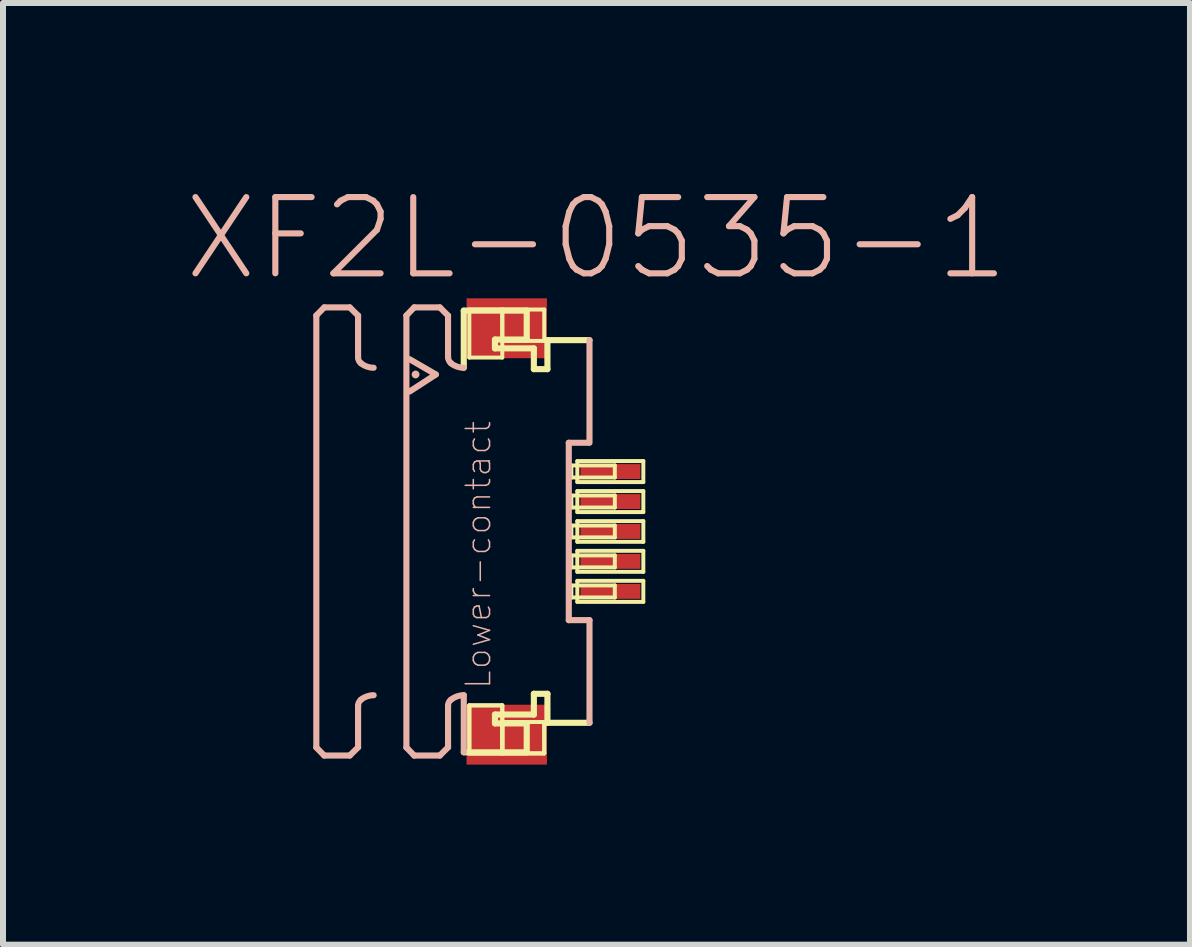
<source format=kicad_pcb>
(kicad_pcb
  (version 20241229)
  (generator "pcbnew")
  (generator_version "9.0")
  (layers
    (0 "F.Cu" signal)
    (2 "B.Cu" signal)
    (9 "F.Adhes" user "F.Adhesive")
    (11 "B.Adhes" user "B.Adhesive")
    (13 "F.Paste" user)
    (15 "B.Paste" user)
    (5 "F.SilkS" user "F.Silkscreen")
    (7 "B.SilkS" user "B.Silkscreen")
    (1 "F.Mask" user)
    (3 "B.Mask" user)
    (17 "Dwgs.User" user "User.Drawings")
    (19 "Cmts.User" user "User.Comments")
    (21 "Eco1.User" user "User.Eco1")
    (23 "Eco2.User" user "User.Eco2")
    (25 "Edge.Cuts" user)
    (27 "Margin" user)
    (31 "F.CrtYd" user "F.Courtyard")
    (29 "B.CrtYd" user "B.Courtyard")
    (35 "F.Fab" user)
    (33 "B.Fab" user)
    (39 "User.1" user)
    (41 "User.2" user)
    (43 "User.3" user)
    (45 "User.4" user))
  (footprint "XF2L-0535-1"
    (layer "F.Cu")
    (at 5.216 5.806)
    (property "Reference" "XF2L-0535-1" (at 1.674 -4.884 0) (layer "B.SilkS") (effects (font (size 1.27 1.27) (thickness 0.102))))
    (attr smd)
    (fp_line (start -0.538 -3.68) (end 0.511 -3.68) (stroke (width 0.102) (type solid)) (layer "F.SilkS"))
    (fp_line (start -0.538 -2.728) (end -0.538 -3.68) (stroke (width 0.102) (type solid)) (layer "F.SilkS"))
    (fp_line (start -0.538 3.68) (end 0.511 3.68) (stroke (width 0.102) (type solid)) (layer "F.SilkS"))
    (fp_line (start -0.445 -3.698) (end 0.104 -3.698) (stroke (width 0.066) (type solid)) (layer "F.SilkS"))
    (fp_line (start -0.445 -2.898) (end -0.445 -3.698) (stroke (width 0.066) (type solid)) (layer "F.SilkS"))
    (fp_line (start -0.445 -2.898) (end 0.104 -2.898) (stroke (width 0.066) (type solid)) (layer "F.SilkS"))
    (fp_line (start -0.445 2.898) (end 0.104 2.898) (stroke (width 0.066) (type solid)) (layer "F.SilkS"))
    (fp_line (start -0.445 2.898) (end 0.104 2.898) (stroke (width 0.066) (type solid)) (layer "F.SilkS"))
    (fp_line (start -0.445 3.698) (end -0.445 2.898) (stroke (width 0.066) (type solid)) (layer "F.SilkS"))
    (fp_line (start -0.445 3.698) (end -0.445 2.898) (stroke (width 0.066) (type solid)) (layer "F.SilkS"))
    (fp_line (start -0.445 3.698) (end 0.104 3.698) (stroke (width 0.066) (type solid)) (layer "F.SilkS"))
    (fp_line (start -0.445 3.698) (end 0.104 3.698) (stroke (width 0.066) (type solid)) (layer "F.SilkS"))
    (fp_line (start -0.018 -3.198) (end -0.018 -3.051) (stroke (width 0.102) (type solid)) (layer "F.SilkS"))
    (fp_line (start -0.018 -3.051) (end 0.63 -3.051) (stroke (width 0.102) (type solid)) (layer "F.SilkS"))
    (fp_line (start -0.018 3.051) (end 0.63 3.051) (stroke (width 0.102) (type solid)) (layer "F.SilkS"))
    (fp_line (start -0.018 3.198) (end -0.018 3.051) (stroke (width 0.102) (type solid)) (layer "F.SilkS"))
    (fp_line (start 0.104 -3.698) (end 0.803 -3.698) (stroke (width 0.066) (type solid)) (layer "F.SilkS"))
    (fp_line (start 0.104 -3.175) (end 0.104 -3.698) (stroke (width 0.066) (type solid)) (layer "F.SilkS"))
    (fp_line (start 0.104 -3.175) (end 0.803 -3.175) (stroke (width 0.066) (type solid)) (layer "F.SilkS"))
    (fp_line (start 0.104 -2.898) (end 0.104 -3.698) (stroke (width 0.066) (type solid)) (layer "F.SilkS"))
    (fp_line (start 0.104 3.175) (end 0.803 3.175) (stroke (width 0.066) (type solid)) (layer "F.SilkS"))
    (fp_line (start 0.104 3.175) (end 0.803 3.175) (stroke (width 0.066) (type solid)) (layer "F.SilkS"))
    (fp_line (start 0.104 3.698) (end 0.104 2.898) (stroke (width 0.066) (type solid)) (layer "F.SilkS"))
    (fp_line (start 0.104 3.698) (end 0.104 2.898) (stroke (width 0.066) (type solid)) (layer "F.SilkS"))
    (fp_line (start 0.104 3.698) (end 0.104 3.175) (stroke (width 0.066) (type solid)) (layer "F.SilkS"))
    (fp_line (start 0.104 3.698) (end 0.104 3.175) (stroke (width 0.066) (type solid)) (layer "F.SilkS"))
    (fp_line (start 0.104 3.698) (end 0.803 3.698) (stroke (width 0.066) (type solid)) (layer "F.SilkS"))
    (fp_line (start 0.104 3.698) (end 0.803 3.698) (stroke (width 0.066) (type solid)) (layer "F.SilkS"))
    (fp_line (start 0.511 -3.68) (end 0.511 -3.198) (stroke (width 0.102) (type solid)) (layer "F.SilkS"))
    (fp_line (start 0.511 -3.198) (end -0.018 -3.198) (stroke (width 0.102) (type solid)) (layer "F.SilkS"))
    (fp_line (start 0.511 3.198) (end -0.018 3.198) (stroke (width 0.102) (type solid)) (layer "F.SilkS"))
    (fp_line (start 0.511 3.68) (end 0.511 3.198) (stroke (width 0.102) (type solid)) (layer "F.SilkS"))
    (fp_line (start 0.63 -3.051) (end 0.63 -2.705) (stroke (width 0.102) (type solid)) (layer "F.SilkS"))
    (fp_line (start 0.63 -2.705) (end 0.856 -2.705) (stroke (width 0.102) (type solid)) (layer "F.SilkS"))
    (fp_line (start 0.63 2.705) (end 0.856 2.705) (stroke (width 0.102) (type solid)) (layer "F.SilkS"))
    (fp_line (start 0.63 3.051) (end 0.63 2.705) (stroke (width 0.102) (type solid)) (layer "F.SilkS"))
    (fp_line (start 0.803 -3.175) (end 0.803 -3.698) (stroke (width 0.066) (type solid)) (layer "F.SilkS"))
    (fp_line (start 0.803 3.698) (end 0.803 3.175) (stroke (width 0.066) (type solid)) (layer "F.SilkS"))
    (fp_line (start 0.803 3.698) (end 0.803 3.175) (stroke (width 0.066) (type solid)) (layer "F.SilkS"))
    (fp_line (start 0.856 -3.188) (end 1.557 -3.188) (stroke (width 0.102) (type solid)) (layer "F.SilkS"))
    (fp_line (start 0.856 -2.705) (end 0.856 -3.188) (stroke (width 0.102) (type solid)) (layer "F.SilkS"))
    (fp_line (start 0.856 2.705) (end 0.856 3.188) (stroke (width 0.102) (type solid)) (layer "F.SilkS"))
    (fp_line (start 0.856 3.188) (end 1.557 3.188) (stroke (width 0.102) (type solid)) (layer "F.SilkS"))
    (fp_line (start 1.255 -1.1) (end 1.979 -1.1) (stroke (width 0.066) (type solid)) (layer "F.SilkS"))
    (fp_line (start 1.255 -0.899) (end 1.255 -1.1) (stroke (width 0.066) (type solid)) (layer "F.SilkS"))
    (fp_line (start 1.255 -0.899) (end 1.979 -0.899) (stroke (width 0.066) (type solid)) (layer "F.SilkS"))
    (fp_line (start 1.255 -0.599) (end 1.979 -0.599) (stroke (width 0.066) (type solid)) (layer "F.SilkS"))
    (fp_line (start 1.255 -0.399) (end 1.255 -0.599) (stroke (width 0.066) (type solid)) (layer "F.SilkS"))
    (fp_line (start 1.255 -0.399) (end 1.979 -0.399) (stroke (width 0.066) (type solid)) (layer "F.SilkS"))
    (fp_line (start 1.255 -0.099) (end 1.979 -0.099) (stroke (width 0.066) (type solid)) (layer "F.SilkS"))
    (fp_line (start 1.255 0.099) (end 1.255 -0.099) (stroke (width 0.066) (type solid)) (layer "F.SilkS"))
    (fp_line (start 1.255 0.099) (end 1.979 0.099) (stroke (width 0.066) (type solid)) (layer "F.SilkS"))
    (fp_line (start 1.255 0.399) (end 1.979 0.399) (stroke (width 0.066) (type solid)) (layer "F.SilkS"))
    (fp_line (start 1.255 0.599) (end 1.255 0.399) (stroke (width 0.066) (type solid)) (layer "F.SilkS"))
    (fp_line (start 1.255 0.599) (end 1.979 0.599) (stroke (width 0.066) (type solid)) (layer "F.SilkS"))
    (fp_line (start 1.255 0.899) (end 1.979 0.899) (stroke (width 0.066) (type solid)) (layer "F.SilkS"))
    (fp_line (start 1.255 1.1) (end 1.255 0.899) (stroke (width 0.066) (type solid)) (layer "F.SilkS"))
    (fp_line (start 1.255 1.1) (end 1.979 1.1) (stroke (width 0.066) (type solid)) (layer "F.SilkS"))
    (fp_line (start 1.354 -1.173) (end 2.454 -1.173) (stroke (width 0.066) (type solid)) (layer "F.SilkS"))
    (fp_line (start 1.354 -0.823) (end 1.354 -1.173) (stroke (width 0.066) (type solid)) (layer "F.SilkS"))
    (fp_line (start 1.354 -0.823) (end 2.454 -0.823) (stroke (width 0.066) (type solid)) (layer "F.SilkS"))
    (fp_line (start 1.354 -0.673) (end 2.454 -0.673) (stroke (width 0.066) (type solid)) (layer "F.SilkS"))
    (fp_line (start 1.354 -0.323) (end 1.354 -0.673) (stroke (width 0.066) (type solid)) (layer "F.SilkS"))
    (fp_line (start 1.354 -0.323) (end 2.454 -0.323) (stroke (width 0.066) (type solid)) (layer "F.SilkS"))
    (fp_line (start 1.354 -0.173) (end 2.454 -0.173) (stroke (width 0.066) (type solid)) (layer "F.SilkS"))
    (fp_line (start 1.354 0.173) (end 1.354 -0.173) (stroke (width 0.066) (type solid)) (layer "F.SilkS"))
    (fp_line (start 1.354 0.173) (end 2.454 0.173) (stroke (width 0.066) (type solid)) (layer "F.SilkS"))
    (fp_line (start 1.354 0.323) (end 2.454 0.323) (stroke (width 0.066) (type solid)) (layer "F.SilkS"))
    (fp_line (start 1.354 0.673) (end 1.354 0.323) (stroke (width 0.066) (type solid)) (layer "F.SilkS"))
    (fp_line (start 1.354 0.673) (end 2.454 0.673) (stroke (width 0.066) (type solid)) (layer "F.SilkS"))
    (fp_line (start 1.354 0.823) (end 2.454 0.823) (stroke (width 0.066) (type solid)) (layer "F.SilkS"))
    (fp_line (start 1.354 1.173) (end 1.354 0.823) (stroke (width 0.066) (type solid)) (layer "F.SilkS"))
    (fp_line (start 1.354 1.173) (end 2.454 1.173) (stroke (width 0.066) (type solid)) (layer "F.SilkS"))
    (fp_line (start 1.979 -0.899) (end 1.979 -1.1) (stroke (width 0.066) (type solid)) (layer "F.SilkS"))
    (fp_line (start 1.979 -0.399) (end 1.979 -0.599) (stroke (width 0.066) (type solid)) (layer "F.SilkS"))
    (fp_line (start 1.979 0.099) (end 1.979 -0.099) (stroke (width 0.066) (type solid)) (layer "F.SilkS"))
    (fp_line (start 1.979 0.599) (end 1.979 0.399) (stroke (width 0.066) (type solid)) (layer "F.SilkS"))
    (fp_line (start 1.979 1.1) (end 1.979 0.899) (stroke (width 0.066) (type solid)) (layer "F.SilkS"))
    (fp_line (start 2.454 -0.823) (end 2.454 -1.173) (stroke (width 0.066) (type solid)) (layer "F.SilkS"))
    (fp_line (start 2.454 -0.323) (end 2.454 -0.673) (stroke (width 0.066) (type solid)) (layer "F.SilkS"))
    (fp_line (start 2.454 0.173) (end 2.454 -0.173) (stroke (width 0.066) (type solid)) (layer "F.SilkS"))
    (fp_line (start 2.454 0.673) (end 2.454 0.323) (stroke (width 0.066) (type solid)) (layer "F.SilkS"))
    (fp_line (start 2.454 1.173) (end 2.454 0.823) (stroke (width 0.066) (type solid)) (layer "F.SilkS"))
    (fp_line (start -2.995 -3.599) (end -2.863 -3.734) (stroke (width 0.102) (type solid)) (layer "B.SilkS"))
    (fp_line (start -2.995 3.599) (end -2.995 -3.599) (stroke (width 0.102) (type solid)) (layer "B.SilkS"))
    (fp_line (start -2.995 3.599) (end -2.863 3.734) (stroke (width 0.102) (type solid)) (layer "B.SilkS"))
    (fp_line (start -2.863 -3.734) (end -2.438 -3.734) (stroke (width 0.102) (type solid)) (layer "B.SilkS"))
    (fp_line (start -2.863 3.734) (end -2.438 3.734) (stroke (width 0.102) (type solid)) (layer "B.SilkS"))
    (fp_line (start -2.438 -3.734) (end -2.299 -3.597) (stroke (width 0.102) (type solid)) (layer "B.SilkS"))
    (fp_line (start -2.438 3.734) (end -2.299 3.597) (stroke (width 0.102) (type solid)) (layer "B.SilkS"))
    (fp_line (start -2.299 -3.597) (end -2.299 -2.903) (stroke (width 0.102) (type solid)) (layer "B.SilkS"))
    (fp_line (start -2.299 3.597) (end -2.299 2.903) (stroke (width 0.102) (type solid)) (layer "B.SilkS"))
    (fp_line (start -1.494 -3.599) (end -1.364 -3.734) (stroke (width 0.102) (type solid)) (layer "B.SilkS"))
    (fp_line (start -1.494 3.599) (end -1.494 -3.599) (stroke (width 0.102) (type solid)) (layer "B.SilkS"))
    (fp_line (start -1.494 3.599) (end -1.364 3.734) (stroke (width 0.102) (type solid)) (layer "B.SilkS"))
    (fp_line (start -1.44 -2.87) (end -1.003 -2.616) (stroke (width 0.102) (type solid)) (layer "B.SilkS"))
    (fp_line (start -1.364 -3.734) (end -0.937 -3.734) (stroke (width 0.102) (type solid)) (layer "B.SilkS"))
    (fp_line (start -1.364 3.734) (end -0.937 3.734) (stroke (width 0.102) (type solid)) (layer "B.SilkS"))
    (fp_line (start -1.003 -2.616) (end -1.44 -2.332) (stroke (width 0.102) (type solid)) (layer "B.SilkS"))
    (fp_line (start -0.937 -3.734) (end -0.8 -3.597) (stroke (width 0.102) (type solid)) (layer "B.SilkS"))
    (fp_line (start -0.937 3.734) (end -0.8 3.597) (stroke (width 0.102) (type solid)) (layer "B.SilkS"))
    (fp_line (start -0.8 -3.597) (end -0.8 -2.903) (stroke (width 0.102) (type solid)) (layer "B.SilkS"))
    (fp_line (start -0.8 3.597) (end -0.8 2.903) (stroke (width 0.102) (type solid)) (layer "B.SilkS"))
    (fp_line (start -0.538 2.728) (end -0.538 3.68) (stroke (width 0.102) (type solid)) (layer "B.SilkS"))
    (fp_line (start 1.212 1.478) (end 1.212 -1.478) (stroke (width 0.102) (type solid)) (layer "B.SilkS"))
    (fp_line (start 1.537 -1.478) (end 1.212 -1.478) (stroke (width 0.102) (type solid)) (layer "B.SilkS"))
    (fp_line (start 1.557 -3.188) (end 1.557 -1.478) (stroke (width 0.102) (type solid)) (layer "B.SilkS"))
    (fp_line (start 1.557 1.478) (end 1.212 1.478) (stroke (width 0.102) (type solid)) (layer "B.SilkS"))
    (fp_line (start 1.557 3.188) (end 1.557 1.478) (stroke (width 0.102) (type solid)) (layer "B.SilkS"))
    (fp_arc (start -2.2987 2.90322) (mid -2.286376 2.848645) (end -2.251796 2.804662) (stroke (width 0.1016) (type solid)) (layer "B.SilkS"))
    (fp_arc (start -2.25298 -2.80416) (mid -2.287661 -2.8487) (end -2.299836 -2.903822) (stroke (width 0.1016) (type solid)) (layer "B.SilkS"))
    (fp_arc (start -2.25298 2.80416) (mid -2.152564 2.748091) (end -2.039191 2.728757) (stroke (width 0.1016) (type solid)) (layer "B.SilkS"))
    (fp_arc (start -2.03962 -2.72796) (mid -2.153234 -2.747483) (end -2.253815 -2.803811) (stroke (width 0.1016) (type solid)) (layer "B.SilkS"))
    (fp_arc (start -0.8001 2.90322) (mid -0.78753 2.847554) (end -0.752258 2.802691) (stroke (width 0.1016) (type solid)) (layer "B.SilkS"))
    (fp_arc (start -0.75184 -2.80416) (mid -0.786521 -2.8487) (end -0.798696 -2.903822) (stroke (width 0.1016) (type solid)) (layer "B.SilkS"))
    (fp_arc (start -0.75184 2.80416) (mid -0.651424 2.748091) (end -0.538051 2.728757) (stroke (width 0.1016) (type solid)) (layer "B.SilkS"))
    (fp_arc (start -0.53848 -2.72796) (mid -0.652094 -2.747483) (end -0.752675 -2.803811) (stroke (width 0.1016) (type solid)) (layer "B.SilkS"))
    (fp_circle (center -1.341 -2.616) (end -1.387 -2.662) (stroke (width 0) (type solid)) (fill yes) (layer "B.SilkS"))
    (fp_text user "Lower-contact" (at -0.295 0.391 270) (layer "B.SilkS") (effects (font (size 0.406 0.406) (thickness 0.025))))
    (pad "1" smd rect (at 1.905 -0.998) (size 0.998 0.249) (layers "F.Cu" "F.Mask" "F.Paste"))
    (pad "2" smd rect (at 1.905 -0.498) (size 0.998 0.249) (layers "F.Cu" "F.Mask" "F.Paste"))
    (pad "3" smd rect (at 1.905 0) (size 0.998 0.249) (layers "F.Cu" "F.Mask" "F.Paste"))
    (pad "4" smd rect (at 1.905 0.498) (size 0.998 0.249) (layers "F.Cu" "F.Mask" "F.Paste"))
    (pad "5" smd rect (at 1.905 0.998) (size 0.998 0.249) (layers "F.Cu" "F.Mask" "F.Paste"))
    (pad "M1" smd rect (at 0.178 -3.386) (size 1.339 0.998) (layers "F.Cu" "F.Mask" "F.Paste"))
    (pad "M2" smd rect (at 0.178 3.386) (size 1.339 0.998) (layers "F.Cu" "F.Mask" "F.Paste")))
  (gr_rect
    (start -3 -3)
    (end 16.779 12.691)
    (stroke (width 0.1) (type default))
    (fill no)
    (layer "Edge.Cuts")))
</source>
